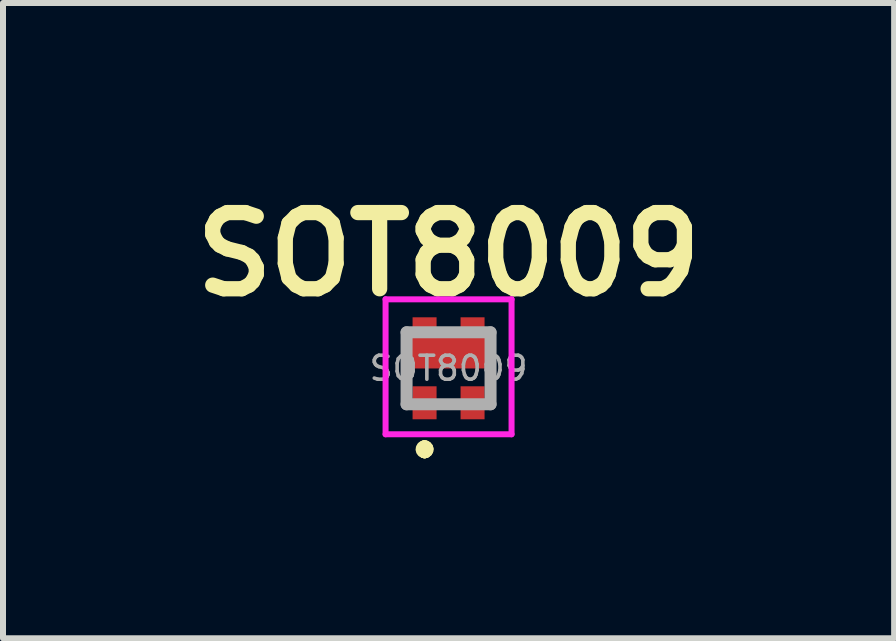
<source format=kicad_pcb>
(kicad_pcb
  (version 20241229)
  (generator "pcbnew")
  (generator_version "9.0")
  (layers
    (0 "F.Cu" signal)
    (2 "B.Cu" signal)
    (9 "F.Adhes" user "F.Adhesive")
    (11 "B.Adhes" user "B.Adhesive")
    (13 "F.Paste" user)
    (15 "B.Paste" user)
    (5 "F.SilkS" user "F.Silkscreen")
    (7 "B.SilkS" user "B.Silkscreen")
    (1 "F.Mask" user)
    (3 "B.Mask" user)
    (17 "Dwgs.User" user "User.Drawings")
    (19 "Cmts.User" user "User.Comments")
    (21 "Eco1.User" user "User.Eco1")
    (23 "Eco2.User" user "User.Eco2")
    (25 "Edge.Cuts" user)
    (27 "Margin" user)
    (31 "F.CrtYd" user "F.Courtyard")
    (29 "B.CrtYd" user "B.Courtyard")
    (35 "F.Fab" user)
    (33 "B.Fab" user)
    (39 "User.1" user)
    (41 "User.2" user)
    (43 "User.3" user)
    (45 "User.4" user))
  (footprint "SOT8009"
    (layer "F.Cu")
    (at 4.427 3.089)
    (property "Reference" "SOT8009" (at 0 -1.9 0) (layer "F.SilkS") (effects (font (size 1.27 1.27) (thickness 0.254))))
    (attr smd)
    (fp_line (start -0.4 1.3) (end -0.4 1.3) (stroke (width 0.2) (type solid)) (layer "F.SilkS"))
    (fp_line (start -0.4 1.4) (end -0.4 1.4) (stroke (width 0.2) (type solid)) (layer "F.SilkS"))
    (fp_line (start -0.4 1.4) (end -0.4 1.4) (stroke (width 0.2) (type solid)) (layer "F.SilkS"))
    (fp_arc (start -0.4 1.3) (mid -0.35 1.35) (end -0.4 1.4) (stroke (width 0.2) (type solid)) (layer "F.SilkS"))
    (fp_arc (start -0.4 1.3) (mid -0.35 1.35) (end -0.4 1.4) (stroke (width 0.2) (type solid)) (layer "F.SilkS"))
    (fp_arc (start -0.4 1.4) (mid -0.45 1.35) (end -0.4 1.3) (stroke (width 0.2) (type solid)) (layer "F.SilkS"))
    (fp_rect (start -0.6 -0.8) (end -0.2 -0.05) (stroke (width 0) (type solid)) (fill yes) (layer "F.Paste"))
    (fp_rect (start -0.55 0.35) (end -0.25 0.8) (stroke (width 0) (type solid)) (fill yes) (layer "F.Paste"))
    (fp_rect (start 0.2 -0.8) (end 0.6 -0.05) (stroke (width 0) (type solid)) (fill yes) (layer "F.Paste"))
    (fp_rect (start 0.25 0.35) (end 0.55 0.8) (stroke (width 0) (type solid)) (fill yes) (layer "F.Paste"))
    (fp_line (start -1.05 -1.15) (end -1.05 1.1) (stroke (width 0.1) (type solid)) (layer "F.CrtYd"))
    (fp_line (start -1.05 1.1) (end 1.05 1.1) (stroke (width 0.1) (type solid)) (layer "F.CrtYd"))
    (fp_line (start 1.05 -1.15) (end -1.05 -1.15) (stroke (width 0.1) (type solid)) (layer "F.CrtYd"))
    (fp_line (start 1.05 1.1) (end 1.05 -1.15) (stroke (width 0.1) (type solid)) (layer "F.CrtYd"))
    (fp_line (start -0.7 -0.6) (end 0.7 -0.6) (stroke (width 0.2) (type solid)) (layer "F.Fab"))
    (fp_line (start -0.7 0.6) (end -0.7 -0.6) (stroke (width 0.2) (type solid)) (layer "F.Fab"))
    (fp_line (start 0.7 -0.6) (end 0.7 0.6) (stroke (width 0.2) (type solid)) (layer "F.Fab"))
    (fp_line (start 0.7 0.6) (end -0.7 0.6) (stroke (width 0.2) (type solid)) (layer "F.Fab"))
    (fp_text user "${REFERENCE}" (at 0 0 0) (layer "F.Fab") (effects (font (size 0.4 0.4) (thickness 0.06))))
    (pad "1" smd rect (at -0.4 0.575) (size 0.4 0.55) (layers "F.Cu" "F.Mask"))
    (pad "2" smd rect (at 0.4 0.575) (size 0.4 0.55) (layers "F.Cu" "F.Mask"))
    (pad "3" smd rect (at -0.4 -0.725 90) (size 0.25 0.4) (layers "F.Cu" "F.Mask"))
    (pad "3" smd rect (at 0 -0.297 90) (size 0.6 1.3) (layers "F.Cu" "F.Mask"))
    (pad "3" smd rect (at 0.4 -0.725 90) (size 0.25 0.4) (layers "F.Cu" "F.Mask")))
  (gr_rect
    (start -3 -3)
    (end 11.854 7.589)
    (stroke (width 0.1) (type default))
    (fill no)
    (layer "Edge.Cuts")))
</source>
